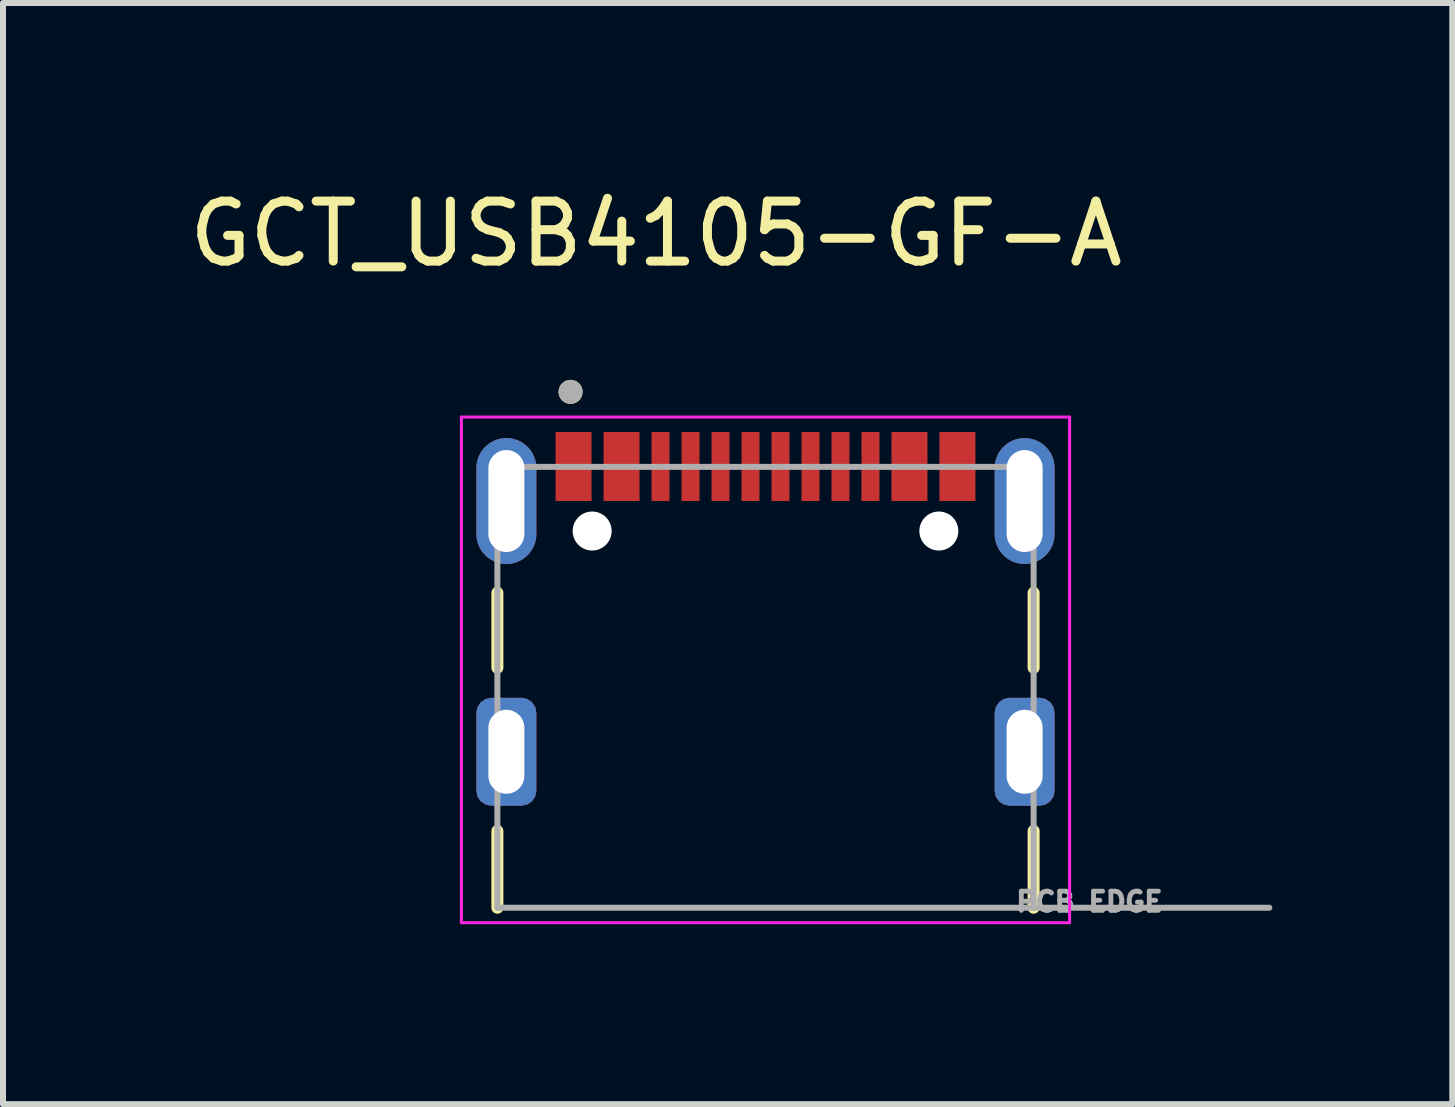
<source format=kicad_pcb>
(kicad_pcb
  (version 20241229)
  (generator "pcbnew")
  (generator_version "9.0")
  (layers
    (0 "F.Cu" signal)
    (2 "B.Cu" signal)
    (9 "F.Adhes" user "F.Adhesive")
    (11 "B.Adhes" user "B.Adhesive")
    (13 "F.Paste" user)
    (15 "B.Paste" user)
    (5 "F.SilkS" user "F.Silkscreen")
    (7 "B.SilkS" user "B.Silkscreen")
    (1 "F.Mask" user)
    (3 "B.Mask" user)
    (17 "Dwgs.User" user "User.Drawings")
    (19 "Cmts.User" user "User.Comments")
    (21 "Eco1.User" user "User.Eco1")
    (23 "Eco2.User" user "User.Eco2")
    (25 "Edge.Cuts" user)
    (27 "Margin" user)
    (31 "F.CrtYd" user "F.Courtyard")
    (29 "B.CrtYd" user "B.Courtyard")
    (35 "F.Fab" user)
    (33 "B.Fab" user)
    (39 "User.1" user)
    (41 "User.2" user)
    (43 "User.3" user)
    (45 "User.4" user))
  (footprint "GCT_USB4105-GF-A"
    (layer "F.Cu")
    (at 9.712 9.483)
    (property "Reference" "GCT_USB4105-GF-A" (at -1.825 -8.635 0) (layer "F.SilkS") (effects (font (size 1 1) (thickness 0.15))))
    (attr smd)
    (fp_line (start -4.47 -2.65) (end -4.47 -1.4) (stroke (width 0.2) (type solid)) (layer "F.SilkS"))
    (fp_line (start -4.47 1.32) (end -4.47 2.6) (stroke (width 0.2) (type solid)) (layer "F.SilkS"))
    (fp_line (start 4.47 -2.65) (end 4.47 -1.4) (stroke (width 0.2) (type solid)) (layer "F.SilkS"))
    (fp_line (start 4.47 2.6) (end 4.47 1.32) (stroke (width 0.2) (type solid)) (layer "F.SilkS"))
    (fp_circle (center -3.25 -6) (end -3.15 -6) (stroke (width 0.2) (type solid)) (fill no) (layer "F.SilkS"))
    (fp_line (start -5.07 -5.58) (end -5.07 2.85) (stroke (width 0.05) (type solid)) (layer "F.CrtYd"))
    (fp_line (start -5.07 2.85) (end 5.07 2.85) (stroke (width 0.05) (type solid)) (layer "F.CrtYd"))
    (fp_line (start 5.07 -5.58) (end -5.07 -5.58) (stroke (width 0.05) (type solid)) (layer "F.CrtYd"))
    (fp_line (start 5.07 2.85) (end 5.07 -5.58) (stroke (width 0.05) (type solid)) (layer "F.CrtYd"))
    (fp_line (start -4.47 -4.75) (end 4.47 -4.75) (stroke (width 0.1) (type solid)) (layer "F.Fab"))
    (fp_line (start -4.47 2.6) (end -4.47 -4.75) (stroke (width 0.1) (type solid)) (layer "F.Fab"))
    (fp_line (start 4.47 -4.75) (end 4.47 2.6) (stroke (width 0.1) (type solid)) (layer "F.Fab"))
    (fp_line (start 4.47 2.6) (end -4.47 2.6) (stroke (width 0.1) (type solid)) (layer "F.Fab"))
    (fp_line (start 4.47 2.6) (end 8.4 2.6) (stroke (width 0.1) (type solid)) (layer "F.Fab"))
    (fp_circle (center -3.25 -6) (end -3.15 -6) (stroke (width 0.2) (type solid)) (fill no) (layer "F.Fab"))
    (fp_text user "PCB EDGE" (at 5.4 2.5 0) (layer "F.Fab") (effects (font (size 0.32 0.32) (thickness 0.15))))
    (pad "" np_thru_hole circle (at -2.89 -3.68) (size 0.65 0.65) (drill 0.65) (layers "*.Cu" "*.Mask"))
    (pad "" np_thru_hole circle (at 2.89 -3.68) (size 0.65 0.65) (drill 0.65) (layers "*.Cu" "*.Mask"))
    (pad "A1_B12" smd rect (at -3.2 -4.755) (size 0.6 1.15) (layers "F.Cu" "F.Mask" "F.Paste"))
    (pad "A4_B9" smd rect (at -2.4 -4.755) (size 0.6 1.15) (layers "F.Cu" "F.Mask" "F.Paste"))
    (pad "A5" smd rect (at -1.25 -4.755) (size 0.3 1.15) (layers "F.Cu" "F.Mask" "F.Paste"))
    (pad "A6" smd rect (at -0.25 -4.755) (size 0.3 1.15) (layers "F.Cu" "F.Mask" "F.Paste"))
    (pad "A7" smd rect (at 0.25 -4.755) (size 0.3 1.15) (layers "F.Cu" "F.Mask" "F.Paste"))
    (pad "A8" smd rect (at 1.25 -4.755) (size 0.3 1.15) (layers "F.Cu" "F.Mask" "F.Paste"))
    (pad "A9_B4" smd rect (at 2.4 -4.755) (size 0.6 1.15) (layers "F.Cu" "F.Mask" "F.Paste"))
    (pad "A12_B1" smd rect (at 3.2 -4.755) (size 0.6 1.15) (layers "F.Cu" "F.Mask" "F.Paste"))
    (pad "B5" smd rect (at 1.75 -4.755) (size 0.3 1.15) (layers "F.Cu" "F.Mask" "F.Paste"))
    (pad "B6" smd rect (at 0.75 -4.755) (size 0.3 1.15) (layers "F.Cu" "F.Mask" "F.Paste"))
    (pad "B7" smd rect (at -0.75 -4.755) (size 0.3 1.15) (layers "F.Cu" "F.Mask" "F.Paste"))
    (pad "B8" smd rect (at -1.75 -4.755) (size 0.3 1.15) (layers "F.Cu" "F.Mask" "F.Paste"))
    (pad "S1" thru_hole oval (at -4.32 -4.18) (size 1 2.1) (drill oval 0.6 1.7) (layers "*.Cu" "*.Mask"))
    (pad "S2" thru_hole oval (at 4.32 -4.18) (size 1 2.1) (drill oval 0.6 1.7) (layers "*.Cu" "*.Mask"))
    (pad "S3" thru_hole roundrect (at -4.32 0) (size 1 1.8) (drill oval 0.6 1.4) (layers "*.Cu" "*.Mask") (roundrect_rratio 0.25))
    (pad "S4" thru_hole roundrect (at 4.32 0) (size 1 1.8) (drill oval 0.6 1.4) (layers "*.Cu" "*.Mask") (roundrect_rratio 0.25)))
  (gr_rect
    (start -3 -3)
    (end 21.162 15.358)
    (stroke (width 0.1) (type default))
    (fill no)
    (layer "Edge.Cuts")))
</source>
